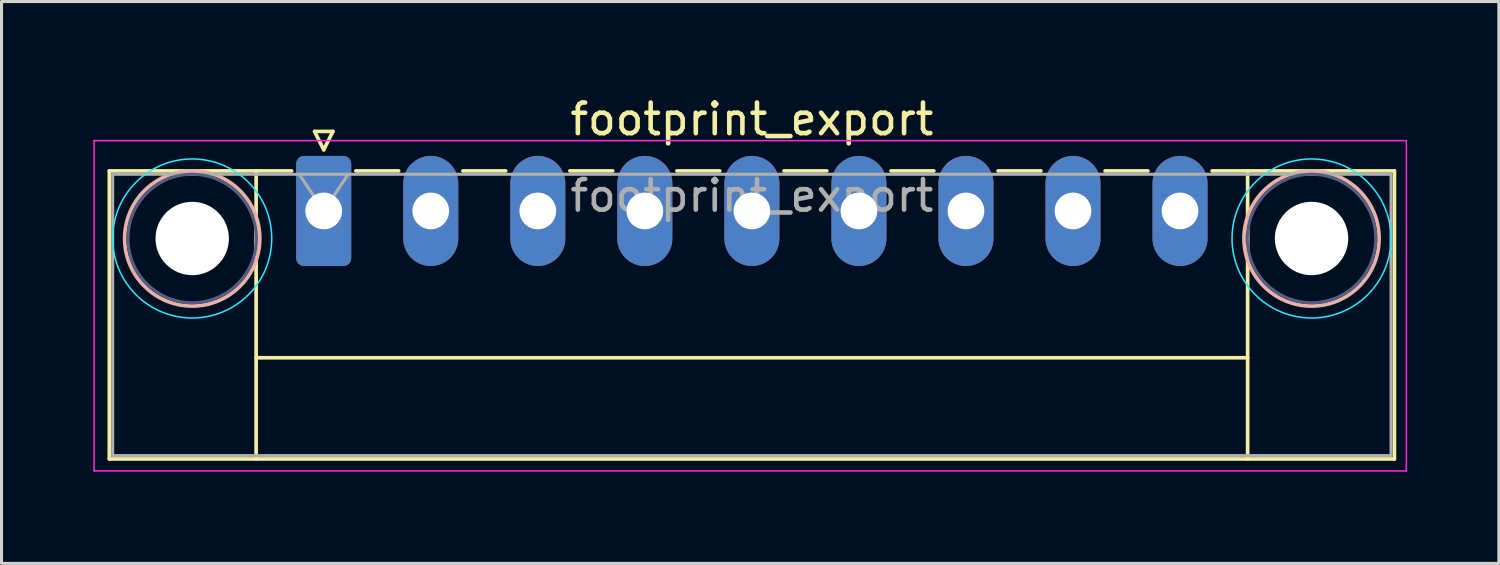
<source format=kicad_pcb>
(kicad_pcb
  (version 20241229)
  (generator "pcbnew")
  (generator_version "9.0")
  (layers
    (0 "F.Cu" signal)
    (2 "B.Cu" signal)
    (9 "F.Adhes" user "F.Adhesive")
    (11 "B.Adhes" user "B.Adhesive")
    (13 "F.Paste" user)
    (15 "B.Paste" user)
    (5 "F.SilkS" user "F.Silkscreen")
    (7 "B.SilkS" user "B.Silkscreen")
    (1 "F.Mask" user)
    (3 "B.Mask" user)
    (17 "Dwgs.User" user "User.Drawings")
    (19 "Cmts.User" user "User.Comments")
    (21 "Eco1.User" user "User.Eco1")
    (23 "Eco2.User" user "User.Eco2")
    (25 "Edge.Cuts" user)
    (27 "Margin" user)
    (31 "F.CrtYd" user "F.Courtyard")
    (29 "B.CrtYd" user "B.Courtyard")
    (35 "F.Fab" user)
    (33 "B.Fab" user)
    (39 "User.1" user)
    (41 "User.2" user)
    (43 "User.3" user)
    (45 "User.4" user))
  (footprint "footprint_export"
    (layer "F.Cu")
    (at 7.535 3.848)
    (property "Reference" "footprint_export" (at 14 -3 0) (layer "F.SilkS") (effects (font (size 1 1) (thickness 0.15))))
    (attr through_hole)
    (fp_line (start -7.01 -1.31) (end -7.01 8.11) (stroke (width 0.12) (type solid)) (layer "F.SilkS"))
    (fp_line (start -7.01 -1.31) (end -1.05 -1.31) (stroke (width 0.12) (type solid)) (layer "F.SilkS"))
    (fp_line (start -7.01 8.11) (end 35.01 8.11) (stroke (width 0.12) (type solid)) (layer "F.SilkS"))
    (fp_line (start -2.21 -1.31) (end -2.21 8.11) (stroke (width 0.12) (type solid)) (layer "F.SilkS"))
    (fp_line (start -2.21 4.8) (end 30.21 4.8) (stroke (width 0.12) (type solid)) (layer "F.SilkS"))
    (fp_line (start -0.3 -2.6) (end 0.3 -2.6) (stroke (width 0.12) (type solid)) (layer "F.SilkS"))
    (fp_line (start 0 -2) (end -0.3 -2.6) (stroke (width 0.12) (type solid)) (layer "F.SilkS"))
    (fp_line (start 0.3 -2.6) (end 0 -2) (stroke (width 0.12) (type solid)) (layer "F.SilkS"))
    (fp_line (start 1.05 -1.31) (end 2.45 -1.31) (stroke (width 0.12) (type solid)) (layer "F.SilkS"))
    (fp_line (start 4.55 -1.31) (end 5.95 -1.31) (stroke (width 0.12) (type solid)) (layer "F.SilkS"))
    (fp_line (start 8.05 -1.31) (end 9.45 -1.31) (stroke (width 0.12) (type solid)) (layer "F.SilkS"))
    (fp_line (start 11.55 -1.31) (end 12.95 -1.31) (stroke (width 0.12) (type solid)) (layer "F.SilkS"))
    (fp_line (start 15.05 -1.31) (end 16.45 -1.31) (stroke (width 0.12) (type solid)) (layer "F.SilkS"))
    (fp_line (start 18.55 -1.31) (end 19.95 -1.31) (stroke (width 0.12) (type solid)) (layer "F.SilkS"))
    (fp_line (start 22.05 -1.31) (end 23.45 -1.31) (stroke (width 0.12) (type solid)) (layer "F.SilkS"))
    (fp_line (start 25.55 -1.31) (end 26.95 -1.31) (stroke (width 0.12) (type solid)) (layer "F.SilkS"))
    (fp_line (start 30.21 -1.31) (end 30.21 8.11) (stroke (width 0.12) (type solid)) (layer "F.SilkS"))
    (fp_line (start 35.01 -1.31) (end 29.05 -1.31) (stroke (width 0.12) (type solid)) (layer "F.SilkS"))
    (fp_line (start 35.01 8.11) (end 35.01 -1.31) (stroke (width 0.12) (type solid)) (layer "F.SilkS"))
    (fp_circle (center -4.3 0.9) (end -2.09 0.9) (stroke (width 0.12) (type solid)) (fill no) (layer "B.SilkS"))
    (fp_circle (center 32.3 0.9) (end 34.51 0.9) (stroke (width 0.12) (type solid)) (fill no) (layer "B.SilkS"))
    (fp_circle (center -4.3 0.9) (end -1.7 0.9) (stroke (width 0.05) (type solid)) (fill no) (layer "B.CrtYd"))
    (fp_circle (center 32.3 0.9) (end 34.9 0.9) (stroke (width 0.05) (type solid)) (fill no) (layer "B.CrtYd"))
    (fp_line (start -7.51 -2.3) (end -7.51 8.5) (stroke (width 0.05) (type solid)) (layer "F.CrtYd"))
    (fp_line (start -7.51 8.5) (end 35.4 8.5) (stroke (width 0.05) (type solid)) (layer "F.CrtYd"))
    (fp_line (start 35.4 -2.3) (end -7.51 -2.3) (stroke (width 0.05) (type solid)) (layer "F.CrtYd"))
    (fp_line (start 35.4 8.5) (end 35.4 -2.3) (stroke (width 0.05) (type solid)) (layer "F.CrtYd"))
    (fp_circle (center -4.3 0.9) (end -2.2 0.9) (stroke (width 0.1) (type solid)) (fill no) (layer "B.Fab"))
    (fp_circle (center 32.3 0.9) (end 34.4 0.9) (stroke (width 0.1) (type solid)) (fill no) (layer "B.Fab"))
    (fp_line (start -6.9 -1.2) (end -6.9 8) (stroke (width 0.1) (type solid)) (layer "F.Fab"))
    (fp_line (start -6.9 8) (end 34.9 8) (stroke (width 0.1) (type solid)) (layer "F.Fab"))
    (fp_line (start 0 0) (end -0.8 -1.2) (stroke (width 0.1) (type solid)) (layer "F.Fab"))
    (fp_line (start 0.8 -1.2) (end 0 0) (stroke (width 0.1) (type solid)) (layer "F.Fab"))
    (fp_line (start 34.9 -1.2) (end -6.9 -1.2) (stroke (width 0.1) (type solid)) (layer "F.Fab"))
    (fp_line (start 34.9 8) (end 34.9 -1.2) (stroke (width 0.1) (type solid)) (layer "F.Fab"))
    (fp_text user "${REFERENCE}" (at 14 -0.5 0) (layer "F.Fab") (effects (font (size 1 1) (thickness 0.15))))
    (pad "" np_thru_hole circle (at -4.3 0.9) (size 2.4 2.4) (drill 2.4) (layers "*.Cu" "*.Mask"))
    (pad "" np_thru_hole circle (at 32.3 0.9) (size 2.4 2.4) (drill 2.4) (layers "*.Cu" "*.Mask"))
    (pad "1" thru_hole roundrect (at 0 0) (size 1.8 3.6) (drill 1.2) (layers "*.Cu" "*.Mask") (roundrect_rratio 0.139))
    (pad "2" thru_hole oval (at 3.5 0) (size 1.8 3.6) (drill 1.2) (layers "*.Cu" "*.Mask"))
    (pad "3" thru_hole oval (at 7 0) (size 1.8 3.6) (drill 1.2) (layers "*.Cu" "*.Mask"))
    (pad "4" thru_hole oval (at 10.5 0) (size 1.8 3.6) (drill 1.2) (layers "*.Cu" "*.Mask"))
    (pad "5" thru_hole oval (at 14 0) (size 1.8 3.6) (drill 1.2) (layers "*.Cu" "*.Mask"))
    (pad "6" thru_hole oval (at 17.5 0) (size 1.8 3.6) (drill 1.2) (layers "*.Cu" "*.Mask"))
    (pad "7" thru_hole oval (at 21 0) (size 1.8 3.6) (drill 1.2) (layers "*.Cu" "*.Mask"))
    (pad "8" thru_hole oval (at 24.5 0) (size 1.8 3.6) (drill 1.2) (layers "*.Cu" "*.Mask"))
    (pad "9" thru_hole oval (at 28 0) (size 1.8 3.6) (drill 1.2) (layers "*.Cu" "*.Mask")))
  (gr_rect
    (start -3 -3)
    (end 45.96 15.373)
    (stroke (width 0.1) (type default))
    (fill no)
    (layer "Edge.Cuts")))
</source>
